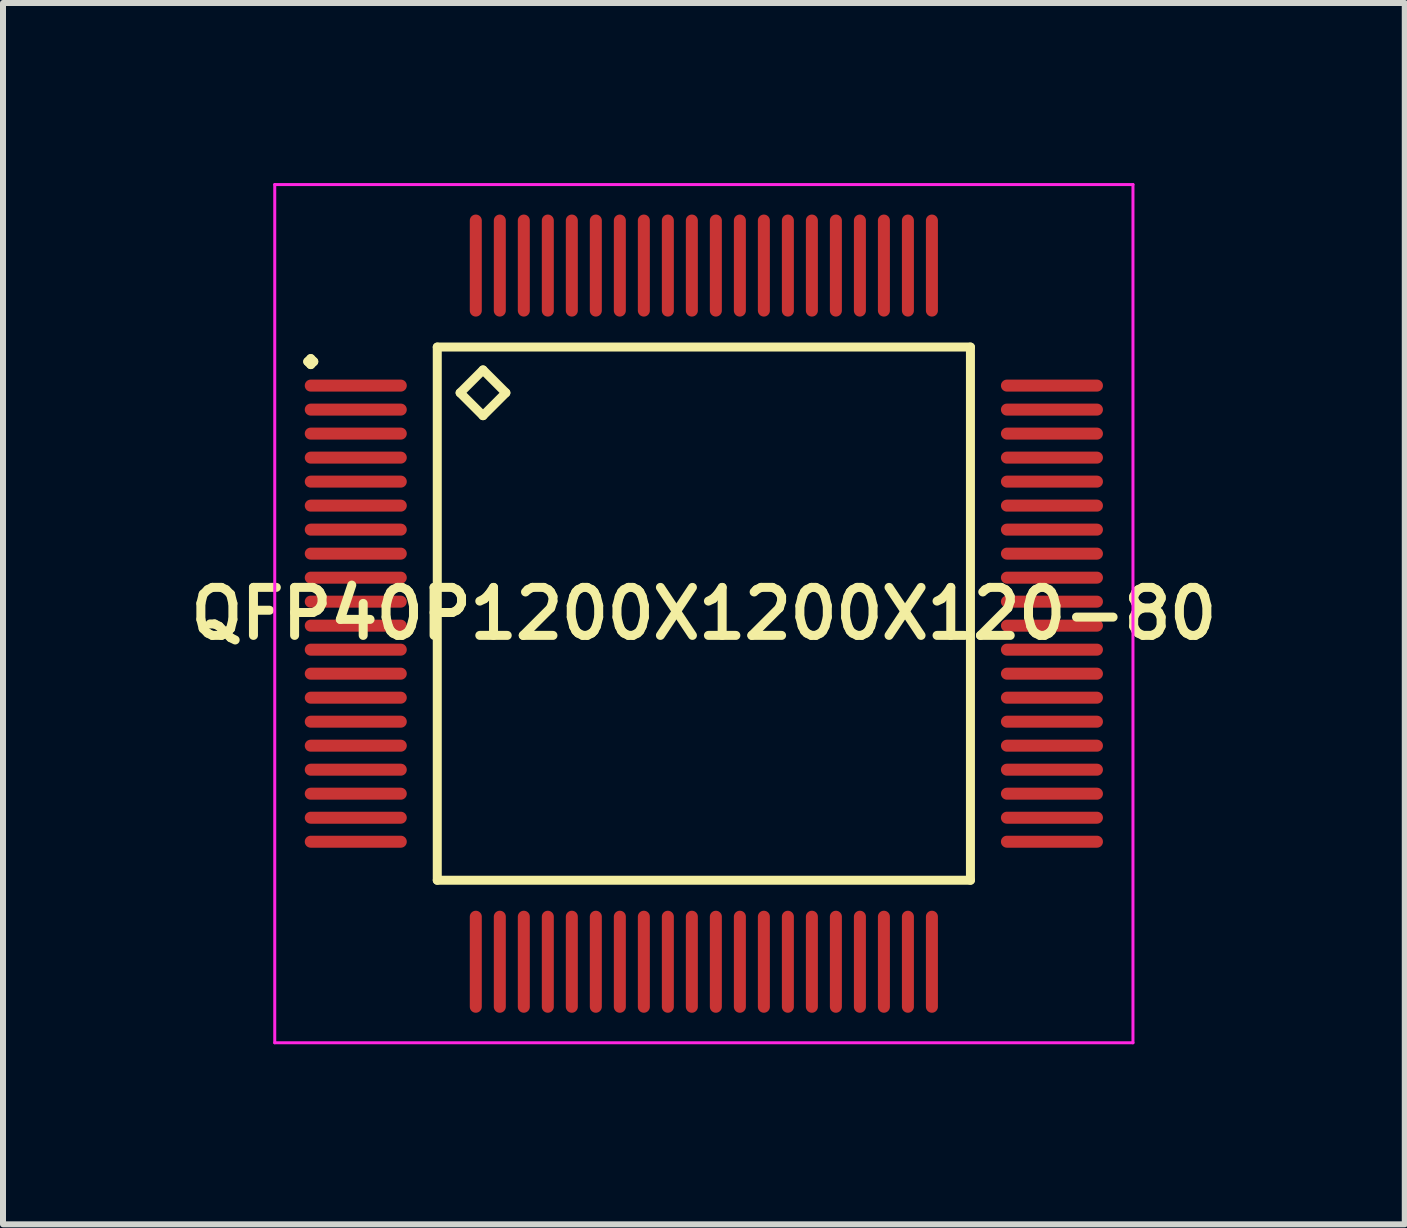
<source format=kicad_pcb>
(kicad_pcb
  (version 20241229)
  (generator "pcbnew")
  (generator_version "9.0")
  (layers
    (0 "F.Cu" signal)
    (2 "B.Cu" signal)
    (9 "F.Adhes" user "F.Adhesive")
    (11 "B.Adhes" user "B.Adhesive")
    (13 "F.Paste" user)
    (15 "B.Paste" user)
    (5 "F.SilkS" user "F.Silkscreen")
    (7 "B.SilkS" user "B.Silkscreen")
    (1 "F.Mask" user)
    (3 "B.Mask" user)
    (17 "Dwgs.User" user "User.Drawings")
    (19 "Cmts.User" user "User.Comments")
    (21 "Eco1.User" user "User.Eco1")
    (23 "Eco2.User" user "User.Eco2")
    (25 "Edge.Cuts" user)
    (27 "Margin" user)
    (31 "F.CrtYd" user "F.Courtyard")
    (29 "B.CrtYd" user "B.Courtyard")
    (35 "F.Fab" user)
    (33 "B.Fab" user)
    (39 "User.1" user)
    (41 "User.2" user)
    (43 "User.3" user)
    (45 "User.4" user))
  (footprint "QFP40P1200X1200X120-80"
    (layer "F.Cu")
    (at 8.678 7.175)
    (property "Reference" "QFP40P1200X1200X120-80" (at 0 0 0) (layer "F.SilkS") (effects (font (size 0.8 0.8) (thickness 0.15))))
    (attr smd)
    (fp_line (start -6.6 -4.2) (end -6.55 -4.25) (stroke (width 0.15) (type solid)) (layer "F.SilkS"))
    (fp_line (start -6.55 -4.25) (end -6.5 -4.2) (stroke (width 0.15) (type solid)) (layer "F.SilkS"))
    (fp_line (start -6.55 -4.15) (end -6.6 -4.2) (stroke (width 0.15) (type solid)) (layer "F.SilkS"))
    (fp_line (start -6.5 -4.2) (end -6.55 -4.15) (stroke (width 0.15) (type solid)) (layer "F.SilkS"))
    (fp_line (start -4.442 -4.442) (end -4.442 4.442) (stroke (width 0.15) (type solid)) (layer "F.SilkS"))
    (fp_line (start -4.442 4.442) (end 4.442 4.442) (stroke (width 0.15) (type solid)) (layer "F.SilkS"))
    (fp_line (start -4.061 -3.68) (end -3.68 -4.061) (stroke (width 0.15) (type solid)) (layer "F.SilkS"))
    (fp_line (start -3.68 -4.061) (end -3.299 -3.68) (stroke (width 0.15) (type solid)) (layer "F.SilkS"))
    (fp_line (start -3.68 -3.299) (end -4.061 -3.68) (stroke (width 0.15) (type solid)) (layer "F.SilkS"))
    (fp_line (start -3.299 -3.68) (end -3.68 -3.299) (stroke (width 0.15) (type solid)) (layer "F.SilkS"))
    (fp_line (start 4.442 -4.442) (end -4.442 -4.442) (stroke (width 0.15) (type solid)) (layer "F.SilkS"))
    (fp_line (start 4.442 4.442) (end 4.442 -4.442) (stroke (width 0.15) (type solid)) (layer "F.SilkS"))
    (fp_line (start -7.15 -7.15) (end 7.15 -7.15) (stroke (width 0.05) (type solid)) (layer "F.CrtYd"))
    (fp_line (start -7.15 7.15) (end -7.15 -7.15) (stroke (width 0.05) (type solid)) (layer "F.CrtYd"))
    (fp_line (start 7.15 -7.15) (end 7.15 7.15) (stroke (width 0.05) (type solid)) (layer "F.CrtYd"))
    (fp_line (start 7.15 7.15) (end -7.15 7.15) (stroke (width 0.05) (type solid)) (layer "F.CrtYd"))
    (pad "1" smd oval (at -5.8 -3.8) (size 1.7 0.2) (layers "F.Cu" "F.Mask" "F.Paste"))
    (pad "2" smd oval (at -5.8 -3.4) (size 1.7 0.2) (layers "F.Cu" "F.Mask" "F.Paste"))
    (pad "3" smd oval (at -5.8 -3) (size 1.7 0.2) (layers "F.Cu" "F.Mask" "F.Paste"))
    (pad "4" smd oval (at -5.8 -2.6) (size 1.7 0.2) (layers "F.Cu" "F.Mask" "F.Paste"))
    (pad "5" smd oval (at -5.8 -2.2) (size 1.7 0.2) (layers "F.Cu" "F.Mask" "F.Paste"))
    (pad "6" smd oval (at -5.8 -1.8) (size 1.7 0.2) (layers "F.Cu" "F.Mask" "F.Paste"))
    (pad "7" smd oval (at -5.8 -1.4) (size 1.7 0.2) (layers "F.Cu" "F.Mask" "F.Paste"))
    (pad "8" smd oval (at -5.8 -1) (size 1.7 0.2) (layers "F.Cu" "F.Mask" "F.Paste"))
    (pad "9" smd oval (at -5.8 -0.6) (size 1.7 0.2) (layers "F.Cu" "F.Mask" "F.Paste"))
    (pad "10" smd oval (at -5.8 -0.2) (size 1.7 0.2) (layers "F.Cu" "F.Mask" "F.Paste"))
    (pad "11" smd oval (at -5.8 0.2) (size 1.7 0.2) (layers "F.Cu" "F.Mask" "F.Paste"))
    (pad "12" smd oval (at -5.8 0.6) (size 1.7 0.2) (layers "F.Cu" "F.Mask" "F.Paste"))
    (pad "13" smd oval (at -5.8 1) (size 1.7 0.2) (layers "F.Cu" "F.Mask" "F.Paste"))
    (pad "14" smd oval (at -5.8 1.4) (size 1.7 0.2) (layers "F.Cu" "F.Mask" "F.Paste"))
    (pad "15" smd oval (at -5.8 1.8) (size 1.7 0.2) (layers "F.Cu" "F.Mask" "F.Paste"))
    (pad "16" smd oval (at -5.8 2.2) (size 1.7 0.2) (layers "F.Cu" "F.Mask" "F.Paste"))
    (pad "17" smd oval (at -5.8 2.6) (size 1.7 0.2) (layers "F.Cu" "F.Mask" "F.Paste"))
    (pad "18" smd oval (at -5.8 3) (size 1.7 0.2) (layers "F.Cu" "F.Mask" "F.Paste"))
    (pad "19" smd oval (at -5.8 3.4) (size 1.7 0.2) (layers "F.Cu" "F.Mask" "F.Paste"))
    (pad "20" smd oval (at -5.8 3.8) (size 1.7 0.2) (layers "F.Cu" "F.Mask" "F.Paste"))
    (pad "21" smd oval (at -3.8 5.8) (size 0.2 1.7) (layers "F.Cu" "F.Mask" "F.Paste"))
    (pad "22" smd oval (at -3.4 5.8) (size 0.2 1.7) (layers "F.Cu" "F.Mask" "F.Paste"))
    (pad "23" smd oval (at -3 5.8) (size 0.2 1.7) (layers "F.Cu" "F.Mask" "F.Paste"))
    (pad "24" smd oval (at -2.6 5.8) (size 0.2 1.7) (layers "F.Cu" "F.Mask" "F.Paste"))
    (pad "25" smd oval (at -2.2 5.8) (size 0.2 1.7) (layers "F.Cu" "F.Mask" "F.Paste"))
    (pad "26" smd oval (at -1.8 5.8) (size 0.2 1.7) (layers "F.Cu" "F.Mask" "F.Paste"))
    (pad "27" smd oval (at -1.4 5.8) (size 0.2 1.7) (layers "F.Cu" "F.Mask" "F.Paste"))
    (pad "28" smd oval (at -1 5.8) (size 0.2 1.7) (layers "F.Cu" "F.Mask" "F.Paste"))
    (pad "29" smd oval (at -0.6 5.8) (size 0.2 1.7) (layers "F.Cu" "F.Mask" "F.Paste"))
    (pad "30" smd oval (at -0.2 5.8) (size 0.2 1.7) (layers "F.Cu" "F.Mask" "F.Paste"))
    (pad "31" smd oval (at 0.2 5.8) (size 0.2 1.7) (layers "F.Cu" "F.Mask" "F.Paste"))
    (pad "32" smd oval (at 0.6 5.8) (size 0.2 1.7) (layers "F.Cu" "F.Mask" "F.Paste"))
    (pad "33" smd oval (at 1 5.8) (size 0.2 1.7) (layers "F.Cu" "F.Mask" "F.Paste"))
    (pad "34" smd oval (at 1.4 5.8) (size 0.2 1.7) (layers "F.Cu" "F.Mask" "F.Paste"))
    (pad "35" smd oval (at 1.8 5.8) (size 0.2 1.7) (layers "F.Cu" "F.Mask" "F.Paste"))
    (pad "36" smd oval (at 2.2 5.8) (size 0.2 1.7) (layers "F.Cu" "F.Mask" "F.Paste"))
    (pad "37" smd oval (at 2.6 5.8) (size 0.2 1.7) (layers "F.Cu" "F.Mask" "F.Paste"))
    (pad "38" smd oval (at 3 5.8) (size 0.2 1.7) (layers "F.Cu" "F.Mask" "F.Paste"))
    (pad "39" smd oval (at 3.4 5.8) (size 0.2 1.7) (layers "F.Cu" "F.Mask" "F.Paste"))
    (pad "40" smd oval (at 3.8 5.8) (size 0.2 1.7) (layers "F.Cu" "F.Mask" "F.Paste"))
    (pad "41" smd oval (at 5.8 3.8) (size 1.7 0.2) (layers "F.Cu" "F.Mask" "F.Paste"))
    (pad "42" smd oval (at 5.8 3.4) (size 1.7 0.2) (layers "F.Cu" "F.Mask" "F.Paste"))
    (pad "43" smd oval (at 5.8 3) (size 1.7 0.2) (layers "F.Cu" "F.Mask" "F.Paste"))
    (pad "44" smd oval (at 5.8 2.6) (size 1.7 0.2) (layers "F.Cu" "F.Mask" "F.Paste"))
    (pad "45" smd oval (at 5.8 2.2) (size 1.7 0.2) (layers "F.Cu" "F.Mask" "F.Paste"))
    (pad "46" smd oval (at 5.8 1.8) (size 1.7 0.2) (layers "F.Cu" "F.Mask" "F.Paste"))
    (pad "47" smd oval (at 5.8 1.4) (size 1.7 0.2) (layers "F.Cu" "F.Mask" "F.Paste"))
    (pad "48" smd oval (at 5.8 1) (size 1.7 0.2) (layers "F.Cu" "F.Mask" "F.Paste"))
    (pad "49" smd oval (at 5.8 0.6) (size 1.7 0.2) (layers "F.Cu" "F.Mask" "F.Paste"))
    (pad "50" smd oval (at 5.8 0.2) (size 1.7 0.2) (layers "F.Cu" "F.Mask" "F.Paste"))
    (pad "51" smd oval (at 5.8 -0.2) (size 1.7 0.2) (layers "F.Cu" "F.Mask" "F.Paste"))
    (pad "52" smd oval (at 5.8 -0.6) (size 1.7 0.2) (layers "F.Cu" "F.Mask" "F.Paste"))
    (pad "53" smd oval (at 5.8 -1) (size 1.7 0.2) (layers "F.Cu" "F.Mask" "F.Paste"))
    (pad "54" smd oval (at 5.8 -1.4) (size 1.7 0.2) (layers "F.Cu" "F.Mask" "F.Paste"))
    (pad "55" smd oval (at 5.8 -1.8) (size 1.7 0.2) (layers "F.Cu" "F.Mask" "F.Paste"))
    (pad "56" smd oval (at 5.8 -2.2) (size 1.7 0.2) (layers "F.Cu" "F.Mask" "F.Paste"))
    (pad "57" smd oval (at 5.8 -2.6) (size 1.7 0.2) (layers "F.Cu" "F.Mask" "F.Paste"))
    (pad "58" smd oval (at 5.8 -3) (size 1.7 0.2) (layers "F.Cu" "F.Mask" "F.Paste"))
    (pad "59" smd oval (at 5.8 -3.4) (size 1.7 0.2) (layers "F.Cu" "F.Mask" "F.Paste"))
    (pad "60" smd oval (at 5.8 -3.8) (size 1.7 0.2) (layers "F.Cu" "F.Mask" "F.Paste"))
    (pad "61" smd oval (at 3.8 -5.8) (size 0.2 1.7) (layers "F.Cu" "F.Mask" "F.Paste"))
    (pad "62" smd oval (at 3.4 -5.8) (size 0.2 1.7) (layers "F.Cu" "F.Mask" "F.Paste"))
    (pad "63" smd oval (at 3 -5.8) (size 0.2 1.7) (layers "F.Cu" "F.Mask" "F.Paste"))
    (pad "64" smd oval (at 2.6 -5.8) (size 0.2 1.7) (layers "F.Cu" "F.Mask" "F.Paste"))
    (pad "65" smd oval (at 2.2 -5.8) (size 0.2 1.7) (layers "F.Cu" "F.Mask" "F.Paste"))
    (pad "66" smd oval (at 1.8 -5.8) (size 0.2 1.7) (layers "F.Cu" "F.Mask" "F.Paste"))
    (pad "67" smd oval (at 1.4 -5.8) (size 0.2 1.7) (layers "F.Cu" "F.Mask" "F.Paste"))
    (pad "68" smd oval (at 1 -5.8) (size 0.2 1.7) (layers "F.Cu" "F.Mask" "F.Paste"))
    (pad "69" smd oval (at 0.6 -5.8) (size 0.2 1.7) (layers "F.Cu" "F.Mask" "F.Paste"))
    (pad "70" smd oval (at 0.2 -5.8) (size 0.2 1.7) (layers "F.Cu" "F.Mask" "F.Paste"))
    (pad "71" smd oval (at -0.2 -5.8) (size 0.2 1.7) (layers "F.Cu" "F.Mask" "F.Paste"))
    (pad "72" smd oval (at -0.6 -5.8) (size 0.2 1.7) (layers "F.Cu" "F.Mask" "F.Paste"))
    (pad "73" smd oval (at -1 -5.8) (size 0.2 1.7) (layers "F.Cu" "F.Mask" "F.Paste"))
    (pad "74" smd oval (at -1.4 -5.8) (size 0.2 1.7) (layers "F.Cu" "F.Mask" "F.Paste"))
    (pad "75" smd oval (at -1.8 -5.8) (size 0.2 1.7) (layers "F.Cu" "F.Mask" "F.Paste"))
    (pad "76" smd oval (at -2.2 -5.8) (size 0.2 1.7) (layers "F.Cu" "F.Mask" "F.Paste"))
    (pad "77" smd oval (at -2.6 -5.8) (size 0.2 1.7) (layers "F.Cu" "F.Mask" "F.Paste"))
    (pad "78" smd oval (at -3 -5.8) (size 0.2 1.7) (layers "F.Cu" "F.Mask" "F.Paste"))
    (pad "79" smd oval (at -3.4 -5.8) (size 0.2 1.7) (layers "F.Cu" "F.Mask" "F.Paste"))
    (pad "80" smd oval (at -3.8 -5.8) (size 0.2 1.7) (layers "F.Cu" "F.Mask" "F.Paste")))
  (gr_rect
    (start -3 -3)
    (end 20.357 17.35)
    (stroke (width 0.1) (type default))
    (fill no)
    (layer "Edge.Cuts")))
</source>
